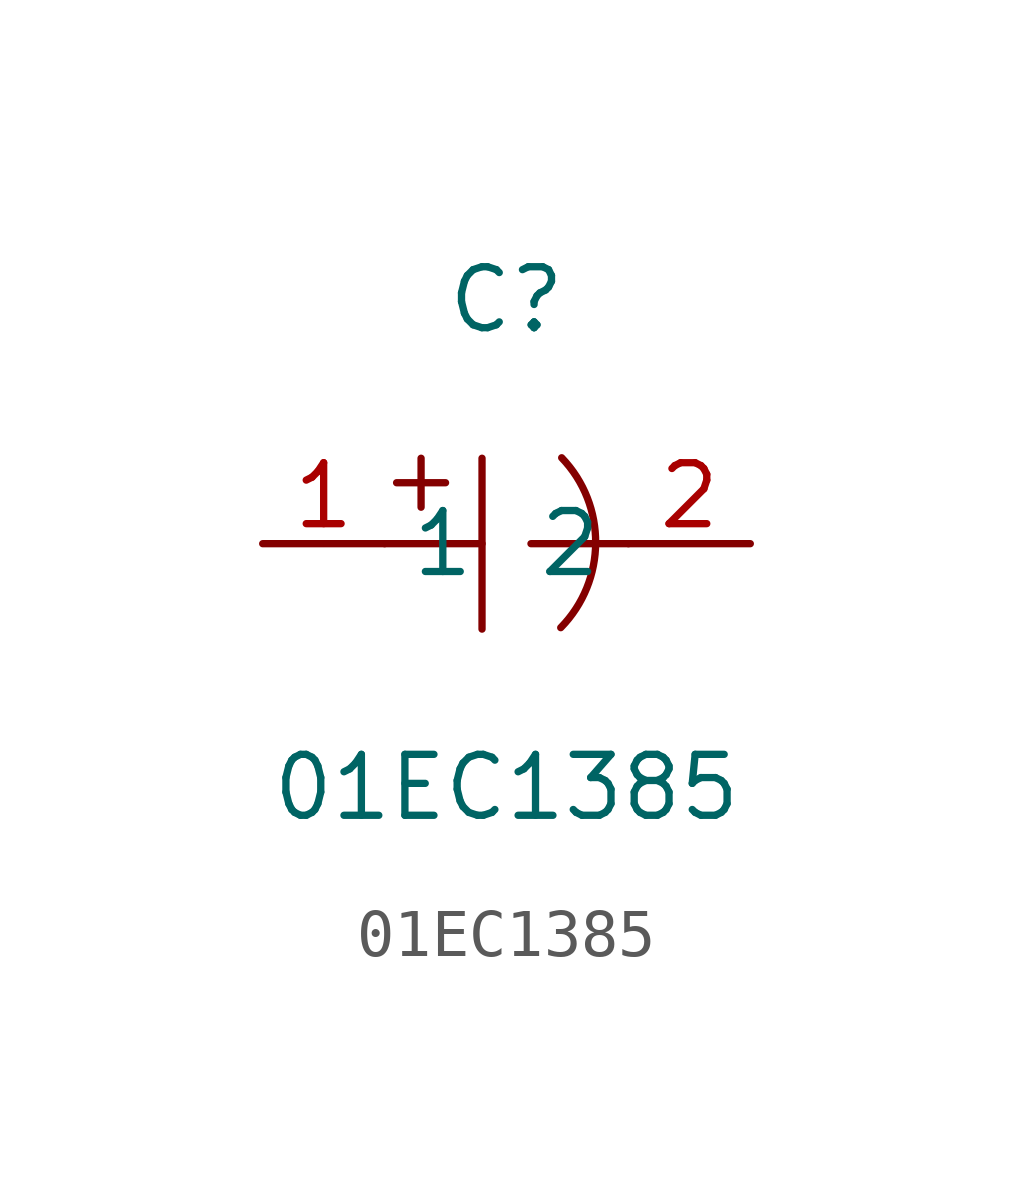
<source format=kicad_sym>
(kicad_symbol_lib
  (version 1)
  (generator "faebryk")
  (symbol "01EC1385"
    (property "Reference" "C"
      (at 0 5.08 0)
      (effects (font (size 1.27 1.27)) (hide no)))
    (property "Value" "01EC1385"
      (at 0 -5.08 0)
      (effects (font (size 1.27 1.27)) (hide no)))
    (symbol "01EC1385_0_1"
      (polyline (stroke (width 0) (type default) (color 0 0 0 0)) (fill (type none)) (pts (xy -0.51 1.78) (xy -0.51 -1.78)))
      (polyline (stroke (width 0) (type default) (color 0 0 0 0)) (fill (type none)) (pts (xy -2.54 0) (xy -0.51 0)))
      (polyline (stroke (width 0) (type default) (color 0 0 0 0)) (fill (type none)) (pts (xy 0.51 0) (xy 2.54 0)))
      (polyline (stroke (width 0) (type default) (color 0 0 0 0)) (fill (type none)) (pts (xy -2.29 1.27) (xy -1.27 1.27)))
      (polyline (stroke (width 0) (type default) (color 0 0 0 0)) (fill (type none)) (pts (xy -1.78 1.78) (xy -1.78 0.76)))
      (arc (start 1.13 -1.75) (mid 5.47 -0.41) (end 1.15 1.79) (stroke (width 0) (type default) (color 0 0 0 0)) (fill (type none)))
      (pin input line (at -5.08 0 0) (length 2.54) (name "1" (effects (font (size 1.27 1.27)) (hide no))) (number "1" (effects (font (size 1.27 1.27)) (hide no))))
      (pin input line (at 5.08 0 180) (length 2.54) (name "2" (effects (font (size 1.27 1.27)) (hide no))) (number "2" (effects (font (size 1.27 1.27)) (hide no)))))))
</source>
